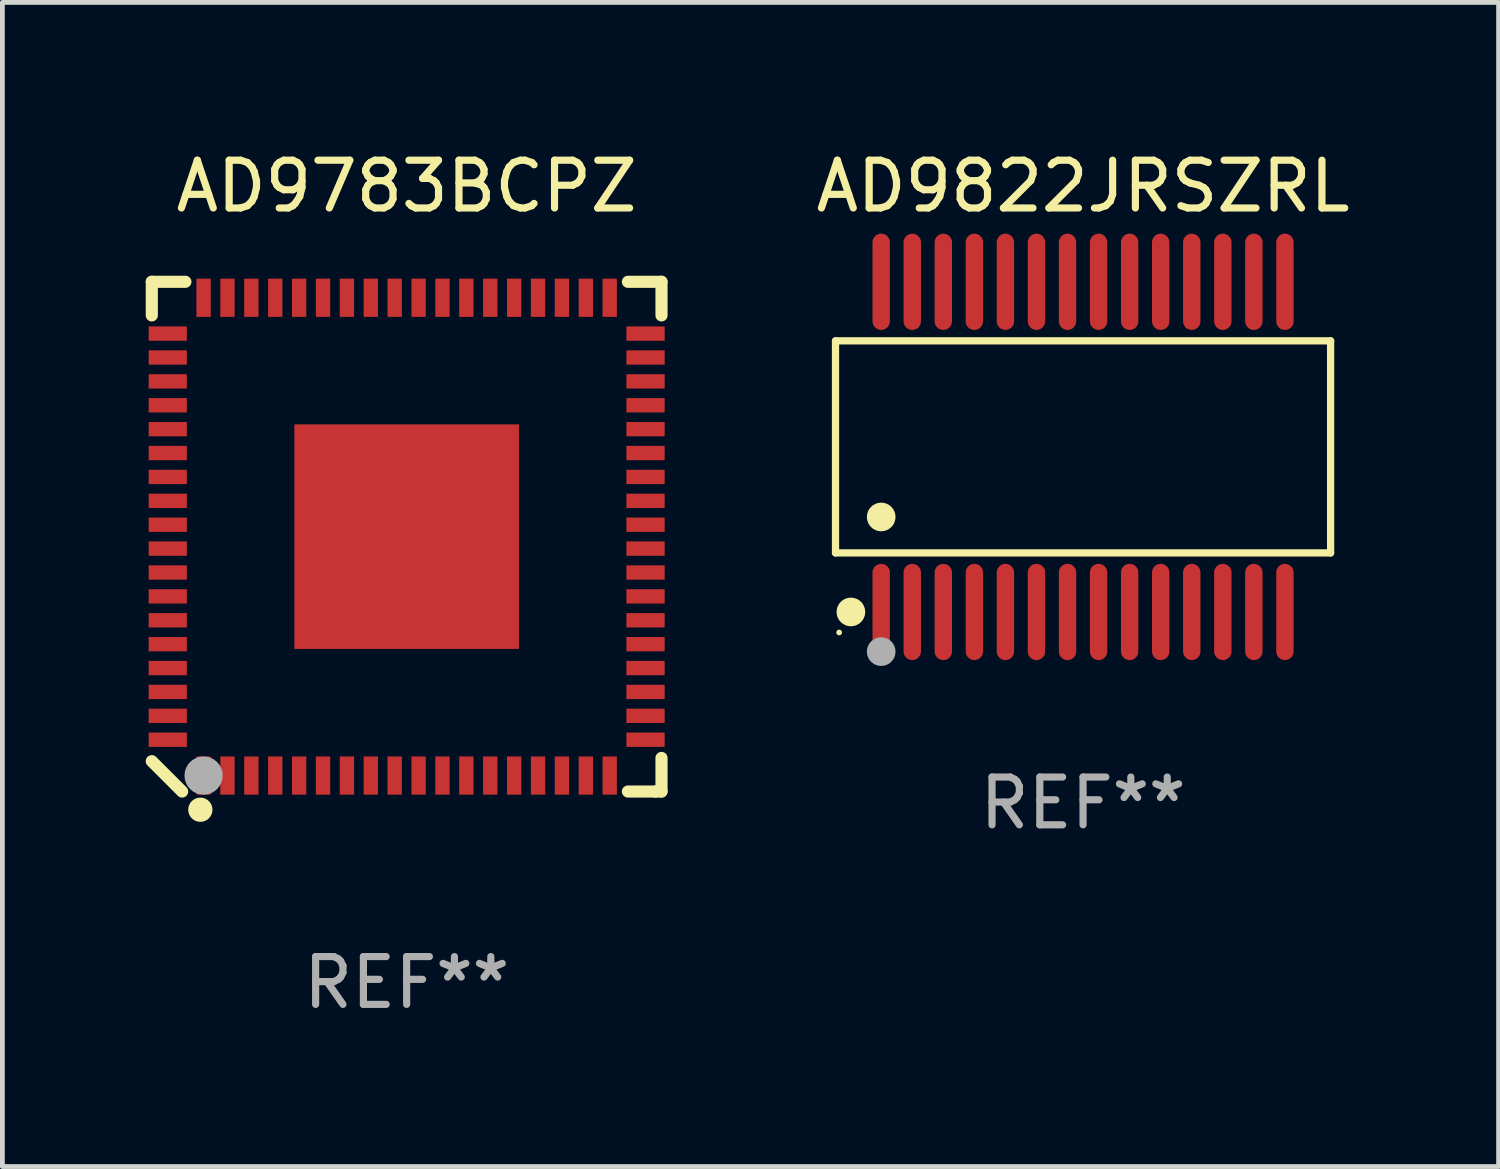
<source format=kicad_pcb>
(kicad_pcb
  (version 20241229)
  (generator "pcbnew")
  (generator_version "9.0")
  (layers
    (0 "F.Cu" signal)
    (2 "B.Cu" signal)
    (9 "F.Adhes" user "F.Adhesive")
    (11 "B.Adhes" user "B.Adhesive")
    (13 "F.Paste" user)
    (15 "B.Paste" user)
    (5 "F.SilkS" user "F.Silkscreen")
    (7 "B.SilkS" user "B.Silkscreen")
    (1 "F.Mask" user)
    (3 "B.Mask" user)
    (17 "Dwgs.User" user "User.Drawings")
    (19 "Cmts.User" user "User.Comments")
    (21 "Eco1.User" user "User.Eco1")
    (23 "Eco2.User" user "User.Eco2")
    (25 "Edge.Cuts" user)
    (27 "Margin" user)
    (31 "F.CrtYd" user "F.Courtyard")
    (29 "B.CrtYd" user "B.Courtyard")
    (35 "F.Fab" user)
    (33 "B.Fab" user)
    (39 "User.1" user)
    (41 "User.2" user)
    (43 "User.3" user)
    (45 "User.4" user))
  (footprint "AD9783BCPZ"
    (layer "F.Cu")
    (at 5.461 8.182)
    (property "Reference" "AD9783BCPZ" (at 0 -7.334 0) (layer "F.SilkS") (effects (font (size 1 1) (thickness 0.15))))
    (attr through_hole)
    (fp_line (start -5.334 -5.334) (end -4.631 -5.334) (stroke (width 0.254) (type solid)) (layer "F.SilkS"))
    (fp_line (start -5.334 -4.631) (end -5.334 -5.334) (stroke (width 0.254) (type solid)) (layer "F.SilkS"))
    (fp_line (start -5.334 4.699) (end -4.699 5.334) (stroke (width 0.254) (type solid)) (layer "F.SilkS"))
    (fp_line (start 4.631 5.334) (end 5.207 5.334) (stroke (width 0.254) (type solid)) (layer "F.SilkS"))
    (fp_line (start 5.207 5.334) (end 5.334 5.334) (stroke (width 0.254) (type solid)) (layer "F.SilkS"))
    (fp_line (start 5.334 -5.334) (end 4.631 -5.334) (stroke (width 0.254) (type solid)) (layer "F.SilkS"))
    (fp_line (start 5.334 -4.631) (end 5.334 -5.334) (stroke (width 0.254) (type solid)) (layer "F.SilkS"))
    (fp_line (start 5.334 5.334) (end 5.334 4.631) (stroke (width 0.254) (type solid)) (layer "F.SilkS"))
    (fp_circle (center -5 5) (end -4.97 5) (stroke (width 0.06) (type solid)) (fill no) (layer "F.SilkS"))
    (fp_circle (center -4.318 5.715) (end -4.191 5.715) (stroke (width 0.254) (type solid)) (fill no) (layer "F.SilkS"))
    (fp_circle (center -4.25 5) (end -4.05 5) (stroke (width 0.4) (type solid)) (fill no) (layer "F.Fab"))
    (fp_text user "REF**" (at 0 9.334 0) (layer "F.Fab") (effects (font (size 1 1) (thickness 0.15))))
    (pad "1" smd rect (at -4.25 5 90) (size 0.8 0.3) (layers "F.Cu" "F.Mask" "F.Paste"))
    (pad "2" smd rect (at -3.75 5 90) (size 0.8 0.3) (layers "F.Cu" "F.Mask" "F.Paste"))
    (pad "3" smd rect (at -3.25 5 90) (size 0.8 0.3) (layers "F.Cu" "F.Mask" "F.Paste"))
    (pad "4" smd rect (at -2.75 5 90) (size 0.8 0.3) (layers "F.Cu" "F.Mask" "F.Paste"))
    (pad "5" smd rect (at -2.25 5 90) (size 0.8 0.3) (layers "F.Cu" "F.Mask" "F.Paste"))
    (pad "6" smd rect (at -1.75 5 90) (size 0.8 0.3) (layers "F.Cu" "F.Mask" "F.Paste"))
    (pad "7" smd rect (at -1.25 5 90) (size 0.8 0.3) (layers "F.Cu" "F.Mask" "F.Paste"))
    (pad "8" smd rect (at -0.75 5 90) (size 0.8 0.3) (layers "F.Cu" "F.Mask" "F.Paste"))
    (pad "9" smd rect (at -0.25 5 90) (size 0.8 0.3) (layers "F.Cu" "F.Mask" "F.Paste"))
    (pad "10" smd rect (at 0.25 5 90) (size 0.8 0.3) (layers "F.Cu" "F.Mask" "F.Paste"))
    (pad "11" smd rect (at 0.75 5 90) (size 0.8 0.3) (layers "F.Cu" "F.Mask" "F.Paste"))
    (pad "12" smd rect (at 1.25 5 90) (size 0.8 0.3) (layers "F.Cu" "F.Mask" "F.Paste"))
    (pad "13" smd rect (at 1.75 5 90) (size 0.8 0.3) (layers "F.Cu" "F.Mask" "F.Paste"))
    (pad "14" smd rect (at 2.25 5 90) (size 0.8 0.3) (layers "F.Cu" "F.Mask" "F.Paste"))
    (pad "15" smd rect (at 2.75 5 90) (size 0.8 0.3) (layers "F.Cu" "F.Mask" "F.Paste"))
    (pad "16" smd rect (at 3.25 5 90) (size 0.8 0.3) (layers "F.Cu" "F.Mask" "F.Paste"))
    (pad "17" smd rect (at 3.75 5 90) (size 0.8 0.3) (layers "F.Cu" "F.Mask" "F.Paste"))
    (pad "18" smd rect (at 4.25 5 90) (size 0.8 0.3) (layers "F.Cu" "F.Mask" "F.Paste"))
    (pad "19" smd rect (at 5 4.25 180) (size 0.8 0.3) (layers "F.Cu" "F.Mask" "F.Paste"))
    (pad "20" smd rect (at 5 3.75 180) (size 0.8 0.3) (layers "F.Cu" "F.Mask" "F.Paste"))
    (pad "21" smd rect (at 5 3.25 180) (size 0.8 0.3) (layers "F.Cu" "F.Mask" "F.Paste"))
    (pad "22" smd rect (at 5 2.75 180) (size 0.8 0.3) (layers "F.Cu" "F.Mask" "F.Paste"))
    (pad "23" smd rect (at 5 2.25 180) (size 0.8 0.3) (layers "F.Cu" "F.Mask" "F.Paste"))
    (pad "24" smd rect (at 5 1.75 180) (size 0.8 0.3) (layers "F.Cu" "F.Mask" "F.Paste"))
    (pad "25" smd rect (at 5 1.25 180) (size 0.8 0.3) (layers "F.Cu" "F.Mask" "F.Paste"))
    (pad "26" smd rect (at 5 0.75 180) (size 0.8 0.3) (layers "F.Cu" "F.Mask" "F.Paste"))
    (pad "27" smd rect (at 5 0.25 180) (size 0.8 0.3) (layers "F.Cu" "F.Mask" "F.Paste"))
    (pad "28" smd rect (at 5 -0.25 180) (size 0.8 0.3) (layers "F.Cu" "F.Mask" "F.Paste"))
    (pad "29" smd rect (at 5 -0.75 180) (size 0.8 0.3) (layers "F.Cu" "F.Mask" "F.Paste"))
    (pad "30" smd rect (at 5 -1.25 180) (size 0.8 0.3) (layers "F.Cu" "F.Mask" "F.Paste"))
    (pad "31" smd rect (at 5 -1.75 180) (size 0.8 0.3) (layers "F.Cu" "F.Mask" "F.Paste"))
    (pad "32" smd rect (at 5 -2.25 180) (size 0.8 0.3) (layers "F.Cu" "F.Mask" "F.Paste"))
    (pad "33" smd rect (at 5 -2.75 180) (size 0.8 0.3) (layers "F.Cu" "F.Mask" "F.Paste"))
    (pad "34" smd rect (at 5 -3.25 180) (size 0.8 0.3) (layers "F.Cu" "F.Mask" "F.Paste"))
    (pad "35" smd rect (at 5 -3.75 180) (size 0.8 0.3) (layers "F.Cu" "F.Mask" "F.Paste"))
    (pad "36" smd rect (at 5 -4.25 180) (size 0.8 0.3) (layers "F.Cu" "F.Mask" "F.Paste"))
    (pad "37" smd rect (at 4.25 -5 270) (size 0.8 0.3) (layers "F.Cu" "F.Mask" "F.Paste"))
    (pad "38" smd rect (at 3.75 -5 270) (size 0.8 0.3) (layers "F.Cu" "F.Mask" "F.Paste"))
    (pad "39" smd rect (at 3.25 -5 270) (size 0.8 0.3) (layers "F.Cu" "F.Mask" "F.Paste"))
    (pad "40" smd rect (at 2.75 -5 270) (size 0.8 0.3) (layers "F.Cu" "F.Mask" "F.Paste"))
    (pad "41" smd rect (at 2.25 -5 270) (size 0.8 0.3) (layers "F.Cu" "F.Mask" "F.Paste"))
    (pad "42" smd rect (at 1.75 -5 270) (size 0.8 0.3) (layers "F.Cu" "F.Mask" "F.Paste"))
    (pad "43" smd rect (at 1.25 -5 270) (size 0.8 0.3) (layers "F.Cu" "F.Mask" "F.Paste"))
    (pad "44" smd rect (at 0.75 -5 270) (size 0.8 0.3) (layers "F.Cu" "F.Mask" "F.Paste"))
    (pad "45" smd rect (at 0.25 -5 270) (size 0.8 0.3) (layers "F.Cu" "F.Mask" "F.Paste"))
    (pad "46" smd rect (at -0.25 -5 270) (size 0.8 0.3) (layers "F.Cu" "F.Mask" "F.Paste"))
    (pad "47" smd rect (at -0.75 -5 270) (size 0.8 0.3) (layers "F.Cu" "F.Mask" "F.Paste"))
    (pad "48" smd rect (at -1.25 -5 270) (size 0.8 0.3) (layers "F.Cu" "F.Mask" "F.Paste"))
    (pad "49" smd rect (at -1.75 -5 270) (size 0.8 0.3) (layers "F.Cu" "F.Mask" "F.Paste"))
    (pad "50" smd rect (at -2.25 -5 270) (size 0.8 0.3) (layers "F.Cu" "F.Mask" "F.Paste"))
    (pad "51" smd rect (at -2.75 -5 270) (size 0.8 0.3) (layers "F.Cu" "F.Mask" "F.Paste"))
    (pad "52" smd rect (at -3.25 -5 270) (size 0.8 0.3) (layers "F.Cu" "F.Mask" "F.Paste"))
    (pad "53" smd rect (at -3.75 -5 270) (size 0.8 0.3) (layers "F.Cu" "F.Mask" "F.Paste"))
    (pad "54" smd rect (at -4.25 -5 270) (size 0.8 0.3) (layers "F.Cu" "F.Mask" "F.Paste"))
    (pad "55" smd rect (at -5 -4.25) (size 0.8 0.3) (layers "F.Cu" "F.Mask" "F.Paste"))
    (pad "56" smd rect (at -5 -3.75) (size 0.8 0.3) (layers "F.Cu" "F.Mask" "F.Paste"))
    (pad "57" smd rect (at -5 -3.25) (size 0.8 0.3) (layers "F.Cu" "F.Mask" "F.Paste"))
    (pad "58" smd rect (at -5 -2.75) (size 0.8 0.3) (layers "F.Cu" "F.Mask" "F.Paste"))
    (pad "59" smd rect (at -5 -2.25) (size 0.8 0.3) (layers "F.Cu" "F.Mask" "F.Paste"))
    (pad "60" smd rect (at -5 -1.75) (size 0.8 0.3) (layers "F.Cu" "F.Mask" "F.Paste"))
    (pad "61" smd rect (at -5 -1.25) (size 0.8 0.3) (layers "F.Cu" "F.Mask" "F.Paste"))
    (pad "62" smd rect (at -5 -0.75) (size 0.8 0.3) (layers "F.Cu" "F.Mask" "F.Paste"))
    (pad "63" smd rect (at -5 -0.25) (size 0.8 0.3) (layers "F.Cu" "F.Mask" "F.Paste"))
    (pad "64" smd rect (at -5 0.25) (size 0.8 0.3) (layers "F.Cu" "F.Mask" "F.Paste"))
    (pad "65" smd rect (at -5 0.75) (size 0.8 0.3) (layers "F.Cu" "F.Mask" "F.Paste"))
    (pad "66" smd rect (at -5 1.25) (size 0.8 0.3) (layers "F.Cu" "F.Mask" "F.Paste"))
    (pad "67" smd rect (at -5 1.75) (size 0.8 0.3) (layers "F.Cu" "F.Mask" "F.Paste"))
    (pad "68" smd rect (at -5 2.25) (size 0.8 0.3) (layers "F.Cu" "F.Mask" "F.Paste"))
    (pad "69" smd rect (at -5 2.75) (size 0.8 0.3) (layers "F.Cu" "F.Mask" "F.Paste"))
    (pad "70" smd rect (at -5 3.25) (size 0.8 0.3) (layers "F.Cu" "F.Mask" "F.Paste"))
    (pad "71" smd rect (at -5 3.75) (size 0.8 0.3) (layers "F.Cu" "F.Mask" "F.Paste"))
    (pad "72" smd rect (at -5 4.25) (size 0.8 0.3) (layers "F.Cu" "F.Mask" "F.Paste"))
    (pad "73" smd rect (at -0.000127 0 180) (size 4.7 4.7) (layers "F.Cu" "F.Mask" "F.Paste")))
  (footprint "AD9822JRSZRL"
    (layer "F.Cu")
    (at 19.618 6.303)
    (property "Reference" "AD9822JRSZRL" (at 0 -5.455 0) (layer "F.SilkS") (effects (font (size 1 1) (thickness 0.15))))
    (attr through_hole)
    (fp_line (start -5.181 -2.219) (end 5.181 -2.219) (stroke (width 0.152) (type solid)) (layer "F.SilkS"))
    (fp_line (start -5.181 2.219) (end -5.181 -2.219) (stroke (width 0.152) (type solid)) (layer "F.SilkS"))
    (fp_line (start 5.181 -2.219) (end 5.181 2.219) (stroke (width 0.152) (type solid)) (layer "F.SilkS"))
    (fp_line (start 5.181 2.219) (end -5.181 2.219) (stroke (width 0.152) (type solid)) (layer "F.SilkS"))
    (fp_circle (center -5.105 3.885) (end -5.075 3.885) (stroke (width 0.06) (type solid)) (fill no) (layer "F.SilkS"))
    (fp_circle (center -4.859 3.455) (end -4.709 3.455) (stroke (width 0.3) (type solid)) (fill no) (layer "F.SilkS"))
    (fp_circle (center -4.225 1.467) (end -4.075 1.467) (stroke (width 0.3) (type solid)) (fill no) (layer "F.SilkS"))
    (fp_circle (center -4.225 4.285) (end -4.075 4.285) (stroke (width 0.3) (type solid)) (fill no) (layer "F.Fab"))
    (fp_text user "REF**" (at 0 7.455 0) (layer "F.Fab") (effects (font (size 1 1) (thickness 0.15))))
    (pad "1" smd oval (at -4.225 3.455) (size 0.364 2.015) (layers "F.Cu" "F.Mask" "F.Paste"))
    (pad "2" smd oval (at -3.575 3.455) (size 0.364 2.015) (layers "F.Cu" "F.Mask" "F.Paste"))
    (pad "3" smd oval (at -2.925 3.455) (size 0.364 2.015) (layers "F.Cu" "F.Mask" "F.Paste"))
    (pad "4" smd oval (at -2.275 3.455) (size 0.364 2.015) (layers "F.Cu" "F.Mask" "F.Paste"))
    (pad "5" smd oval (at -1.625 3.455) (size 0.364 2.015) (layers "F.Cu" "F.Mask" "F.Paste"))
    (pad "6" smd oval (at -0.975 3.455) (size 0.364 2.015) (layers "F.Cu" "F.Mask" "F.Paste"))
    (pad "7" smd oval (at -0.325 3.455) (size 0.364 2.015) (layers "F.Cu" "F.Mask" "F.Paste"))
    (pad "8" smd oval (at 0.325 3.455) (size 0.364 2.015) (layers "F.Cu" "F.Mask" "F.Paste"))
    (pad "9" smd oval (at 0.975 3.455) (size 0.364 2.015) (layers "F.Cu" "F.Mask" "F.Paste"))
    (pad "10" smd oval (at 1.625 3.455) (size 0.364 2.015) (layers "F.Cu" "F.Mask" "F.Paste"))
    (pad "11" smd oval (at 2.275 3.455) (size 0.364 2.015) (layers "F.Cu" "F.Mask" "F.Paste"))
    (pad "12" smd oval (at 2.925 3.455) (size 0.364 2.015) (layers "F.Cu" "F.Mask" "F.Paste"))
    (pad "13" smd oval (at 3.575 3.455) (size 0.364 2.015) (layers "F.Cu" "F.Mask" "F.Paste"))
    (pad "14" smd oval (at 4.225 3.455) (size 0.364 2.015) (layers "F.Cu" "F.Mask" "F.Paste"))
    (pad "15" smd oval (at 4.225 -3.455) (size 0.364 2.015) (layers "F.Cu" "F.Mask" "F.Paste"))
    (pad "16" smd oval (at 3.575 -3.455) (size 0.364 2.015) (layers "F.Cu" "F.Mask" "F.Paste"))
    (pad "17" smd oval (at 2.925 -3.455) (size 0.364 2.015) (layers "F.Cu" "F.Mask" "F.Paste"))
    (pad "18" smd oval (at 2.275 -3.455) (size 0.364 2.015) (layers "F.Cu" "F.Mask" "F.Paste"))
    (pad "19" smd oval (at 1.625 -3.455) (size 0.364 2.015) (layers "F.Cu" "F.Mask" "F.Paste"))
    (pad "20" smd oval (at 0.975 -3.455) (size 0.364 2.015) (layers "F.Cu" "F.Mask" "F.Paste"))
    (pad "21" smd oval (at 0.325 -3.455) (size 0.364 2.015) (layers "F.Cu" "F.Mask" "F.Paste"))
    (pad "22" smd oval (at -0.325 -3.455) (size 0.364 2.015) (layers "F.Cu" "F.Mask" "F.Paste"))
    (pad "23" smd oval (at -0.975 -3.455) (size 0.364 2.015) (layers "F.Cu" "F.Mask" "F.Paste"))
    (pad "24" smd oval (at -1.625 -3.455) (size 0.364 2.015) (layers "F.Cu" "F.Mask" "F.Paste"))
    (pad "25" smd oval (at -2.275 -3.455) (size 0.364 2.015) (layers "F.Cu" "F.Mask" "F.Paste"))
    (pad "26" smd oval (at -2.925 -3.455) (size 0.364 2.015) (layers "F.Cu" "F.Mask" "F.Paste"))
    (pad "27" smd oval (at -3.575 -3.455) (size 0.364 2.015) (layers "F.Cu" "F.Mask" "F.Paste"))
    (pad "28" smd oval (at -4.225 -3.455) (size 0.364 2.015) (layers "F.Cu" "F.Mask" "F.Paste")))
  (gr_rect
    (start -3 -3)
    (end 28.315 21.365)
    (stroke (width 0.1) (type default))
    (fill no)
    (layer "Edge.Cuts")))
</source>
